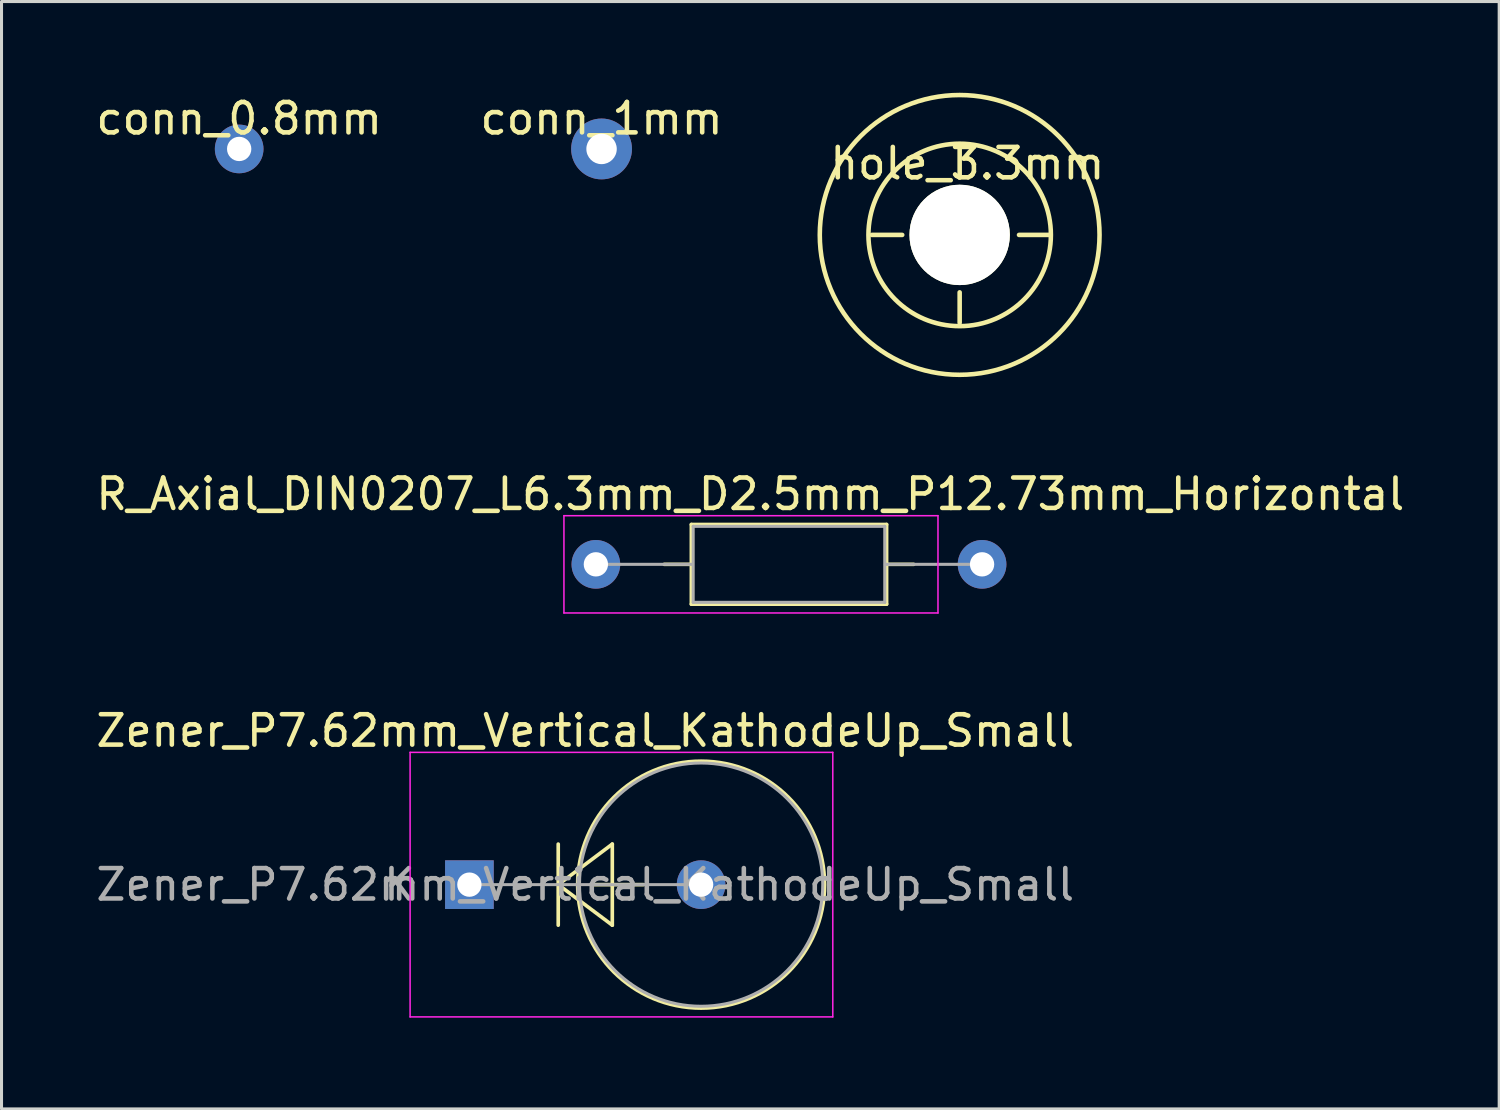
<source format=kicad_pcb>
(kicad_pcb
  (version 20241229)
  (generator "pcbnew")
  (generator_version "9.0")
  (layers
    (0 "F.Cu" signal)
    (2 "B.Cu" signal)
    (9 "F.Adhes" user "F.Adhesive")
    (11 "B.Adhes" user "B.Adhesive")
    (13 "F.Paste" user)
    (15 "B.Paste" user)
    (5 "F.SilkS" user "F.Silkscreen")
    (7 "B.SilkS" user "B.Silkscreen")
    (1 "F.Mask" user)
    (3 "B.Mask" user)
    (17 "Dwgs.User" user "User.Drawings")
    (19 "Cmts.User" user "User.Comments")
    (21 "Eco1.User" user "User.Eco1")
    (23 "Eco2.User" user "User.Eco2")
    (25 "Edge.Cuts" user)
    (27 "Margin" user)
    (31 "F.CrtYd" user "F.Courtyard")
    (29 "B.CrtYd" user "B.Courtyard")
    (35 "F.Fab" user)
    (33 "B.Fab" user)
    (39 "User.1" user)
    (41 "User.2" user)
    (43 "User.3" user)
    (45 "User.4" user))
  (footprint "R_Axial_DIN0207_L6.3mm_D2.5mm_P12.73mm_Horizontal"
    (layer "F.Cu")
    (at 16.545 15.508)
    (property "Reference" "R_Axial_DIN0207_L6.3mm_D2.5mm_P12.73mm_Horizontal" (at 5.08 -2.31 0) (layer "F.SilkS") (effects (font (size 1 1) (thickness 0.15))))
    (attr through_hole)
    (fp_line (start 2.25 0) (end 3.14 0) (stroke (width 0.12) (type solid)) (layer "F.SilkS"))
    (fp_line (start 3.14 -1.31) (end 3.14 1.31) (stroke (width 0.12) (type solid)) (layer "F.SilkS"))
    (fp_line (start 3.14 1.31) (end 9.56 1.31) (stroke (width 0.12) (type solid)) (layer "F.SilkS"))
    (fp_line (start 9.56 -1.31) (end 3.14 -1.31) (stroke (width 0.12) (type solid)) (layer "F.SilkS"))
    (fp_line (start 9.56 1.31) (end 9.56 -1.31) (stroke (width 0.12) (type solid)) (layer "F.SilkS"))
    (fp_line (start 10.45 0) (end 9.56 0) (stroke (width 0.12) (type solid)) (layer "F.SilkS"))
    (fp_line (start -1.05 -1.6) (end -1.05 1.6) (stroke (width 0.05) (type solid)) (layer "F.CrtYd"))
    (fp_line (start -1.05 1.6) (end 11.25 1.6) (stroke (width 0.05) (type solid)) (layer "F.CrtYd"))
    (fp_line (start 11.25 -1.6) (end -1.05 -1.6) (stroke (width 0.05) (type solid)) (layer "F.CrtYd"))
    (fp_line (start 11.25 1.6) (end 11.25 -1.6) (stroke (width 0.05) (type solid)) (layer "F.CrtYd"))
    (fp_line (start 0 0) (end 3.175 0) (stroke (width 0.1) (type solid)) (layer "F.Fab"))
    (fp_line (start 3.2 -1.25) (end 3.2 1.25) (stroke (width 0.1) (type solid)) (layer "F.Fab"))
    (fp_line (start 3.2 1.25) (end 9.5 1.25) (stroke (width 0.1) (type solid)) (layer "F.Fab"))
    (fp_line (start 9.5 -1.25) (end 3.2 -1.25) (stroke (width 0.1) (type solid)) (layer "F.Fab"))
    (fp_line (start 9.5 1.25) (end 9.5 -1.25) (stroke (width 0.1) (type solid)) (layer "F.Fab"))
    (fp_line (start 12.7 0) (end 9.52 0) (stroke (width 0.1) (type solid)) (layer "F.Fab"))
    (pad "1" thru_hole circle (at 0 0) (size 1.6 1.6) (drill 0.8) (layers "*.Cu" "*.Mask"))
    (pad "2" thru_hole oval (at 12.7 0) (size 1.6 1.6) (drill 0.8) (layers "*.Cu" "*.Mask")))
  (footprint "Zener_P7.62mm_Vertical_KathodeUp_Small"
    (layer "F.Cu")
    (at 12.386 26.041)
    (property "Reference" "Zener_P7.62mm_Vertical_KathodeUp_Small" (at 3.81 -5.06 0) (layer "F.SilkS") (effects (font (size 1 1) (thickness 0.15))))
    (attr through_hole)
    (fp_line (start 2.921 -1.333) (end 2.921 1.333) (stroke (width 0.12) (type solid)) (layer "F.SilkS"))
    (fp_line (start 2.921 0) (end 4.699 -1.333) (stroke (width 0.12) (type solid)) (layer "F.SilkS"))
    (fp_line (start 4.06 0) (end 5.72 0) (stroke (width 0.12) (type solid)) (layer "F.SilkS"))
    (fp_line (start 4.699 -1.333) (end 4.699 1.333) (stroke (width 0.12) (type solid)) (layer "F.SilkS"))
    (fp_line (start 4.699 1.333) (end 2.921 0) (stroke (width 0.12) (type solid)) (layer "F.SilkS"))
    (fp_circle (center 7.62 0) (end 11.68 0) (stroke (width 0.12) (type solid)) (fill no) (layer "F.SilkS"))
    (fp_line (start -1.95 -4.35) (end -1.95 4.35) (stroke (width 0.05) (type solid)) (layer "F.CrtYd"))
    (fp_line (start -1.95 4.35) (end 11.95 4.35) (stroke (width 0.05) (type solid)) (layer "F.CrtYd"))
    (fp_line (start 11.95 -4.35) (end -1.95 -4.35) (stroke (width 0.05) (type solid)) (layer "F.CrtYd"))
    (fp_line (start 11.95 4.35) (end 11.95 -4.35) (stroke (width 0.05) (type solid)) (layer "F.CrtYd"))
    (fp_line (start 0 0) (end 7.62 0) (stroke (width 0.1) (type solid)) (layer "F.Fab"))
    (fp_circle (center 7.62 0) (end 11.62 0) (stroke (width 0.1) (type solid)) (fill no) (layer "F.Fab"))
    (fp_text user "${REFERENCE}" (at 3.81 0 0) (layer "F.Fab") (effects (font (size 1 1) (thickness 0.15))))
    (fp_text user "K" (at -2.3 0 0) (layer "F.Fab") (effects (font (size 1 1) (thickness 0.15))))
    (pad "1" thru_hole rect (at 0 0) (size 1.6 1.6) (drill 0.8) (layers "*.Cu" "*.Mask"))
    (pad "2" thru_hole oval (at 7.62 0) (size 1.6 1.6) (drill 0.8) (layers "*.Cu" "*.Mask")))
  (footprint "hole_3.3mm"
    (layer "F.Cu")
    (at 28.508 4.675)
    (property "Reference" "hole_3.3mm" (at 0.254 -2.349 0) (layer "F.SilkS") (effects (font (size 1 1) (thickness 0.15))))
    (attr through_hole)
    (fp_line (start -2.889 0) (end -1.889 0) (stroke (width 0.15) (type solid)) (layer "F.SilkS"))
    (fp_line (start 0 -2.889) (end 0 -1.889) (stroke (width 0.15) (type solid)) (layer "F.SilkS"))
    (fp_line (start 0 2.889) (end 0 1.889) (stroke (width 0.15) (type solid)) (layer "F.SilkS"))
    (fp_line (start 2.953 0) (end 1.952 0) (stroke (width 0.15) (type solid)) (layer "F.SilkS"))
    (fp_circle (center 0 0) (end 3 0) (stroke (width 0.15) (type solid)) (fill no) (layer "F.SilkS"))
    (fp_circle (center 0 0) (end 4.6 0) (stroke (width 0.15) (type solid)) (fill no) (layer "F.SilkS"))
    (pad "" np_thru_hole circle (at 0 0) (size 3.3 3.3) (drill 3.3) (layers "*.Cu" "*.Mask" "F.SilkS")))
  (footprint "conn_0.8mm"
    (layer "F.Cu")
    (at 4.815 1.848)
    (property "Reference" "conn_0.8mm" (at 0 -1 0) (layer "F.SilkS") (effects (font (size 1 1) (thickness 0.15))))
    (attr through_hole)
    (pad "1" thru_hole circle (at 0 0) (size 1.6 1.6) (drill 0.8) (layers "*.Cu")))
  (footprint "conn_1mm"
    (layer "F.Cu")
    (at 16.732 1.848)
    (property "Reference" "conn_1mm" (at 0 -1 0) (layer "F.SilkS") (effects (font (size 1 1) (thickness 0.15))))
    (attr through_hole)
    (pad "1" thru_hole circle (at 0 0) (size 2 2) (drill 1) (layers "*.Cu")))
  (gr_rect
    (start -3 -3)
    (end 46.25 33.416)
    (stroke (width 0.1) (type default))
    (fill no)
    (layer "Edge.Cuts")))
</source>
